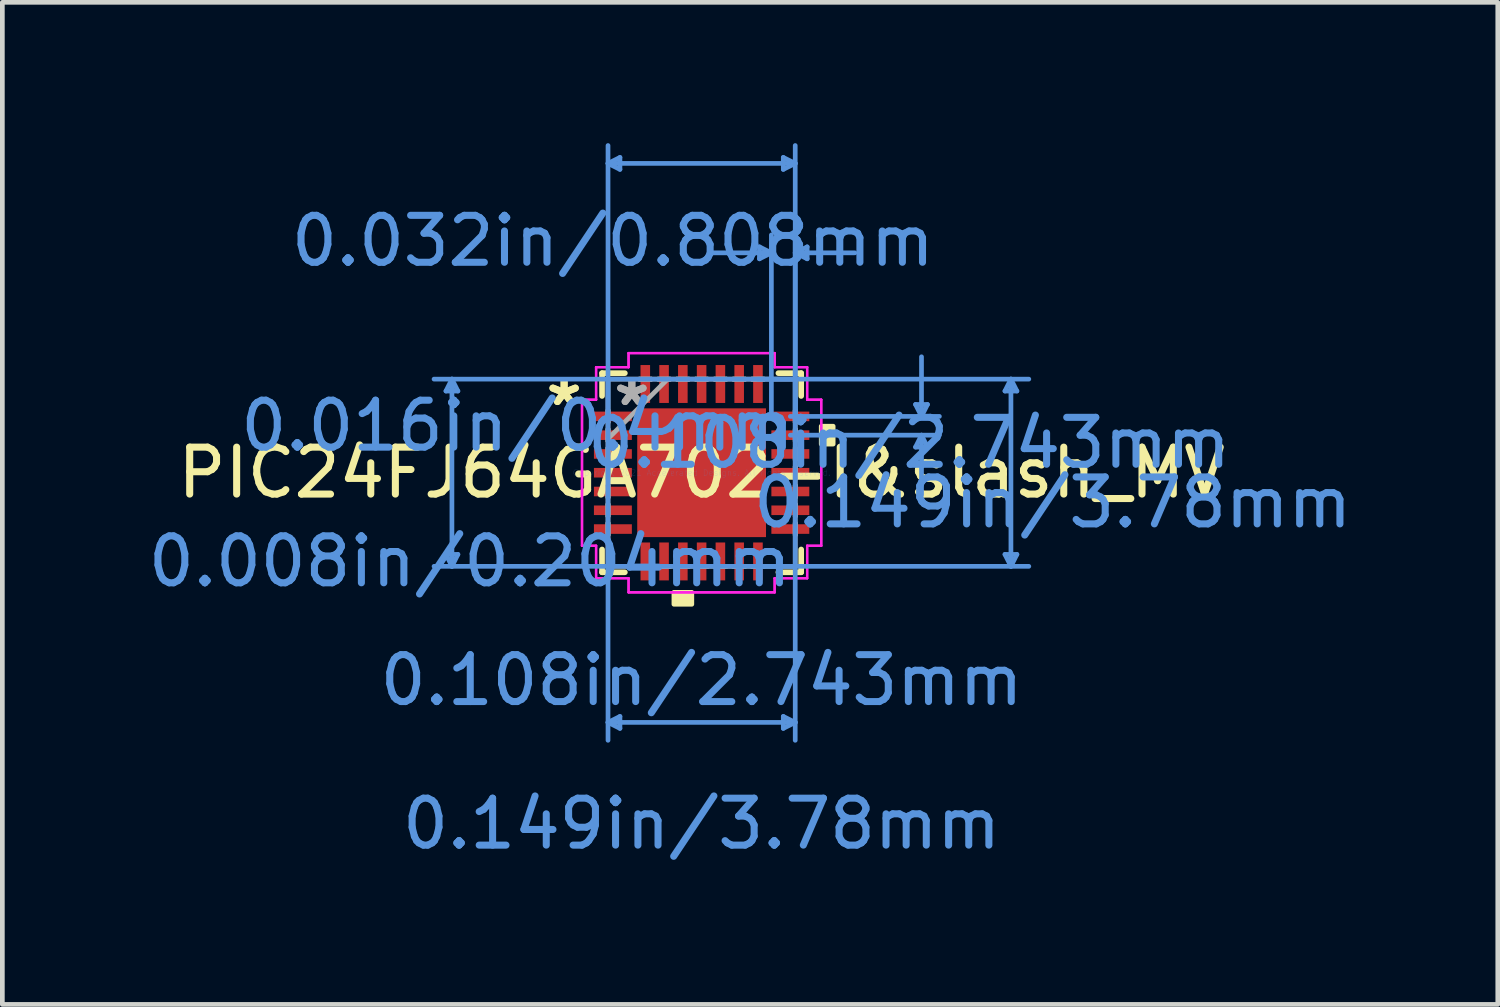
<source format=kicad_pcb>
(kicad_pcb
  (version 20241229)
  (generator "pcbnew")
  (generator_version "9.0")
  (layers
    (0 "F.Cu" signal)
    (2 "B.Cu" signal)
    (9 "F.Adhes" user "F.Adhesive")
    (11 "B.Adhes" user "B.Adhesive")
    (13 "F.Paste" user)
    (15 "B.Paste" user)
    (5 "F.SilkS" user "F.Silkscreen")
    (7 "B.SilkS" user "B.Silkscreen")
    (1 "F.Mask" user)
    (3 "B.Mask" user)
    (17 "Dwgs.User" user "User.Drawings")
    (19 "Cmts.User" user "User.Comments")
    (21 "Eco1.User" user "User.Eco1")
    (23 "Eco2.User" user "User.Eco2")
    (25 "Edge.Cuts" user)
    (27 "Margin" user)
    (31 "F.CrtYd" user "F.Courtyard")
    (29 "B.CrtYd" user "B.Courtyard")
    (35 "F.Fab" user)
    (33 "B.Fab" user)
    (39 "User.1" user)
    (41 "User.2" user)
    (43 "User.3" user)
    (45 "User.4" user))
  (footprint "PIC24FJ64GA702-I&slash_MV"
    (layer "F.Cu")
    (at 11.896 7.02)
    (property "Reference" "PIC24FJ64GA702-I&slash_MV" (at 0 0 0) (layer "F.SilkS") (effects (font (size 1 1) (thickness 0.15))))
    (attr through_hole)
    (fp_line (start -2.121 -2.121) (end -2.121 -1.635) (stroke (width 0.12) (type solid)) (layer "F.SilkS"))
    (fp_line (start -2.121 1.635) (end -2.121 2.121) (stroke (width 0.12) (type solid)) (layer "F.SilkS"))
    (fp_line (start -2.121 2.121) (end -1.635 2.121) (stroke (width 0.12) (type solid)) (layer "F.SilkS"))
    (fp_line (start -1.635 -2.121) (end -2.121 -2.121) (stroke (width 0.12) (type solid)) (layer "F.SilkS"))
    (fp_line (start 1.635 2.121) (end 2.121 2.121) (stroke (width 0.12) (type solid)) (layer "F.SilkS"))
    (fp_line (start 2.121 -2.121) (end 1.635 -2.121) (stroke (width 0.12) (type solid)) (layer "F.SilkS"))
    (fp_line (start 2.121 -1.635) (end 2.121 -2.121) (stroke (width 0.12) (type solid)) (layer "F.SilkS"))
    (fp_line (start 2.121 2.121) (end 2.121 1.635) (stroke (width 0.12) (type solid)) (layer "F.SilkS"))
    (fp_poly (pts (xy -0.59 2.548) (xy -0.59 2.802) (xy -0.209 2.802) (xy -0.209 2.548)) (stroke (width 0.1) (type solid)) (fill yes) (layer "F.SilkS"))
    (fp_poly (pts (xy 2.802 -0.991) (xy 2.802 -0.61) (xy 2.548 -0.61) (xy 2.548 -0.991)) (stroke (width 0.1) (type solid)) (fill yes) (layer "F.SilkS"))
    (fp_poly (pts (xy -1.272 -1.272) (xy -1.272 -0.1) (xy -0.1 -0.1) (xy -0.1 -1.272)) (stroke (width 0.1) (type solid)) (fill yes) (layer "F.Paste"))
    (fp_poly (pts (xy -1.272 0.1) (xy -1.272 1.272) (xy -0.1 1.272) (xy -0.1 0.1)) (stroke (width 0.1) (type solid)) (fill yes) (layer "F.Paste"))
    (fp_poly (pts (xy 0.1 -1.272) (xy 0.1 -0.1) (xy 1.272 -0.1) (xy 1.272 -1.272)) (stroke (width 0.1) (type solid)) (fill yes) (layer "F.Paste"))
    (fp_poly (pts (xy 0.1 0.1) (xy 0.1 1.272) (xy 1.272 1.272) (xy 1.272 0.1)) (stroke (width 0.1) (type solid)) (fill yes) (layer "F.Paste"))
    (fp_line (start -5.446 -1.74) (end -5.192 -1.74) (stroke (width 0.1) (type solid)) (layer "Cmts.User"))
    (fp_line (start -5.446 1.74) (end -5.192 1.74) (stroke (width 0.1) (type solid)) (layer "Cmts.User"))
    (fp_line (start -5.319 -1.994) (end -5.446 -1.74) (stroke (width 0.1) (type solid)) (layer "Cmts.User"))
    (fp_line (start -5.319 -1.994) (end -5.319 1.994) (stroke (width 0.1) (type solid)) (layer "Cmts.User"))
    (fp_line (start -5.319 -1.994) (end -5.192 -1.74) (stroke (width 0.1) (type solid)) (layer "Cmts.User"))
    (fp_line (start -5.319 1.994) (end -5.446 1.74) (stroke (width 0.1) (type solid)) (layer "Cmts.User"))
    (fp_line (start -5.319 1.994) (end -5.192 1.74) (stroke (width 0.1) (type solid)) (layer "Cmts.User"))
    (fp_line (start -1.994 -6.589) (end -1.74 -6.716) (stroke (width 0.1) (type solid)) (layer "Cmts.User"))
    (fp_line (start -1.994 -6.589) (end -1.74 -6.462) (stroke (width 0.1) (type solid)) (layer "Cmts.User"))
    (fp_line (start -1.994 -6.589) (end 1.994 -6.589) (stroke (width 0.1) (type solid)) (layer "Cmts.User"))
    (fp_line (start -1.994 -1.994) (end -1.994 5.7) (stroke (width 0.1) (type solid)) (layer "Cmts.User"))
    (fp_line (start -1.994 -1.2) (end -1.994 -6.97) (stroke (width 0.1) (type solid)) (layer "Cmts.User"))
    (fp_line (start -1.994 5.319) (end -1.74 5.192) (stroke (width 0.1) (type solid)) (layer "Cmts.User"))
    (fp_line (start -1.994 5.319) (end -1.74 5.446) (stroke (width 0.1) (type solid)) (layer "Cmts.User"))
    (fp_line (start -1.994 5.319) (end 1.994 5.319) (stroke (width 0.1) (type solid)) (layer "Cmts.User"))
    (fp_line (start -1.74 -6.716) (end -1.74 -6.462) (stroke (width 0.1) (type solid)) (layer "Cmts.User"))
    (fp_line (start -1.74 5.192) (end -1.74 5.446) (stroke (width 0.1) (type solid)) (layer "Cmts.User"))
    (fp_line (start 1.2 -1.994) (end 6.97 -1.994) (stroke (width 0.1) (type solid)) (layer "Cmts.User"))
    (fp_line (start 1.2 1.994) (end 6.97 1.994) (stroke (width 0.1) (type solid)) (layer "Cmts.User"))
    (fp_line (start 1.232 -4.811) (end 1.232 -4.557) (stroke (width 0.1) (type solid)) (layer "Cmts.User"))
    (fp_line (start 1.486 -4.684) (end 0.216 -4.684) (stroke (width 0.1) (type solid)) (layer "Cmts.User"))
    (fp_line (start 1.486 -4.684) (end 1.232 -4.811) (stroke (width 0.1) (type solid)) (layer "Cmts.User"))
    (fp_line (start 1.486 -4.684) (end 1.232 -4.557) (stroke (width 0.1) (type solid)) (layer "Cmts.User"))
    (fp_line (start 1.486 -1.2) (end 1.486 -5.065) (stroke (width 0.1) (type solid)) (layer "Cmts.User"))
    (fp_line (start 1.74 -6.716) (end 1.74 -6.462) (stroke (width 0.1) (type solid)) (layer "Cmts.User"))
    (fp_line (start 1.74 5.192) (end 1.74 5.446) (stroke (width 0.1) (type solid)) (layer "Cmts.User"))
    (fp_line (start 1.89 -1.2) (end 5.065 -1.2) (stroke (width 0.1) (type solid)) (layer "Cmts.User"))
    (fp_line (start 1.89 -0.8) (end 5.065 -0.8) (stroke (width 0.1) (type solid)) (layer "Cmts.User"))
    (fp_line (start 1.994 -6.589) (end 1.74 -6.716) (stroke (width 0.1) (type solid)) (layer "Cmts.User"))
    (fp_line (start 1.994 -6.589) (end 1.74 -6.462) (stroke (width 0.1) (type solid)) (layer "Cmts.User"))
    (fp_line (start 1.994 -4.684) (end 2.248 -4.811) (stroke (width 0.1) (type solid)) (layer "Cmts.User"))
    (fp_line (start 1.994 -4.684) (end 2.248 -4.557) (stroke (width 0.1) (type solid)) (layer "Cmts.User"))
    (fp_line (start 1.994 -4.684) (end 3.264 -4.684) (stroke (width 0.1) (type solid)) (layer "Cmts.User"))
    (fp_line (start 1.994 -1.994) (end -5.7 -1.994) (stroke (width 0.1) (type solid)) (layer "Cmts.User"))
    (fp_line (start 1.994 -1.994) (end 1.994 5.7) (stroke (width 0.1) (type solid)) (layer "Cmts.User"))
    (fp_line (start 1.994 -1.2) (end 1.994 -6.97) (stroke (width 0.1) (type solid)) (layer "Cmts.User"))
    (fp_line (start 1.994 -1.2) (end 1.994 -5.065) (stroke (width 0.1) (type solid)) (layer "Cmts.User"))
    (fp_line (start 1.994 1.994) (end -5.7 1.994) (stroke (width 0.1) (type solid)) (layer "Cmts.User"))
    (fp_line (start 1.994 5.319) (end 1.74 5.192) (stroke (width 0.1) (type solid)) (layer "Cmts.User"))
    (fp_line (start 1.994 5.319) (end 1.74 5.446) (stroke (width 0.1) (type solid)) (layer "Cmts.User"))
    (fp_line (start 2.248 -4.811) (end 2.248 -4.557) (stroke (width 0.1) (type solid)) (layer "Cmts.User"))
    (fp_line (start 4.557 -1.454) (end 4.811 -1.454) (stroke (width 0.1) (type solid)) (layer "Cmts.User"))
    (fp_line (start 4.557 -0.546) (end 4.811 -0.546) (stroke (width 0.1) (type solid)) (layer "Cmts.User"))
    (fp_line (start 4.684 -1.2) (end 4.557 -1.454) (stroke (width 0.1) (type solid)) (layer "Cmts.User"))
    (fp_line (start 4.684 -1.2) (end 4.684 -2.47) (stroke (width 0.1) (type solid)) (layer "Cmts.User"))
    (fp_line (start 4.684 -1.2) (end 4.811 -1.454) (stroke (width 0.1) (type solid)) (layer "Cmts.User"))
    (fp_line (start 4.684 -0.8) (end 4.557 -0.546) (stroke (width 0.1) (type solid)) (layer "Cmts.User"))
    (fp_line (start 4.684 -0.8) (end 4.684 0.47) (stroke (width 0.1) (type solid)) (layer "Cmts.User"))
    (fp_line (start 4.684 -0.8) (end 4.811 -0.546) (stroke (width 0.1) (type solid)) (layer "Cmts.User"))
    (fp_line (start 6.462 -1.74) (end 6.716 -1.74) (stroke (width 0.1) (type solid)) (layer "Cmts.User"))
    (fp_line (start 6.462 1.74) (end 6.716 1.74) (stroke (width 0.1) (type solid)) (layer "Cmts.User"))
    (fp_line (start 6.589 -1.994) (end 6.462 -1.74) (stroke (width 0.1) (type solid)) (layer "Cmts.User"))
    (fp_line (start 6.589 -1.994) (end 6.589 1.994) (stroke (width 0.1) (type solid)) (layer "Cmts.User"))
    (fp_line (start 6.589 -1.994) (end 6.716 -1.74) (stroke (width 0.1) (type solid)) (layer "Cmts.User"))
    (fp_line (start 6.589 1.994) (end 6.462 1.74) (stroke (width 0.1) (type solid)) (layer "Cmts.User"))
    (fp_line (start 6.589 1.994) (end 6.716 1.74) (stroke (width 0.1) (type solid)) (layer "Cmts.User"))
    (fp_line (start -2.548 -1.556) (end -2.248 -1.556) (stroke (width 0.05) (type solid)) (layer "F.CrtYd"))
    (fp_line (start -2.548 -1.556) (end -2.248 -1.556) (stroke (width 0.05) (type solid)) (layer "F.CrtYd"))
    (fp_line (start -2.548 1.556) (end -2.548 -1.556) (stroke (width 0.05) (type solid)) (layer "F.CrtYd"))
    (fp_line (start -2.548 1.556) (end -2.548 -1.556) (stroke (width 0.05) (type solid)) (layer "F.CrtYd"))
    (fp_line (start -2.248 -2.248) (end -1.556 -2.248) (stroke (width 0.05) (type solid)) (layer "F.CrtYd"))
    (fp_line (start -2.248 -2.248) (end -1.556 -2.248) (stroke (width 0.05) (type solid)) (layer "F.CrtYd"))
    (fp_line (start -2.248 -1.556) (end -2.248 -2.248) (stroke (width 0.05) (type solid)) (layer "F.CrtYd"))
    (fp_line (start -2.248 -1.556) (end -2.248 -2.248) (stroke (width 0.05) (type solid)) (layer "F.CrtYd"))
    (fp_line (start -2.248 1.556) (end -2.548 1.556) (stroke (width 0.05) (type solid)) (layer "F.CrtYd"))
    (fp_line (start -2.248 1.556) (end -2.548 1.556) (stroke (width 0.05) (type solid)) (layer "F.CrtYd"))
    (fp_line (start -2.248 2.248) (end -2.248 1.556) (stroke (width 0.05) (type solid)) (layer "F.CrtYd"))
    (fp_line (start -2.248 2.248) (end -2.248 1.556) (stroke (width 0.05) (type solid)) (layer "F.CrtYd"))
    (fp_line (start -1.556 -2.548) (end 1.556 -2.548) (stroke (width 0.05) (type solid)) (layer "F.CrtYd"))
    (fp_line (start -1.556 -2.548) (end 1.556 -2.548) (stroke (width 0.05) (type solid)) (layer "F.CrtYd"))
    (fp_line (start -1.556 -2.248) (end -1.556 -2.548) (stroke (width 0.05) (type solid)) (layer "F.CrtYd"))
    (fp_line (start -1.556 -2.248) (end -1.556 -2.548) (stroke (width 0.05) (type solid)) (layer "F.CrtYd"))
    (fp_line (start -1.556 2.248) (end -2.248 2.248) (stroke (width 0.05) (type solid)) (layer "F.CrtYd"))
    (fp_line (start -1.556 2.248) (end -2.248 2.248) (stroke (width 0.05) (type solid)) (layer "F.CrtYd"))
    (fp_line (start -1.556 2.548) (end -1.556 2.248) (stroke (width 0.05) (type solid)) (layer "F.CrtYd"))
    (fp_line (start -1.556 2.548) (end -1.556 2.248) (stroke (width 0.05) (type solid)) (layer "F.CrtYd"))
    (fp_line (start 1.556 -2.548) (end 1.556 -2.248) (stroke (width 0.05) (type solid)) (layer "F.CrtYd"))
    (fp_line (start 1.556 -2.548) (end 1.556 -2.248) (stroke (width 0.05) (type solid)) (layer "F.CrtYd"))
    (fp_line (start 1.556 -2.248) (end 2.248 -2.248) (stroke (width 0.05) (type solid)) (layer "F.CrtYd"))
    (fp_line (start 1.556 -2.248) (end 2.248 -2.248) (stroke (width 0.05) (type solid)) (layer "F.CrtYd"))
    (fp_line (start 1.556 2.248) (end 1.556 2.548) (stroke (width 0.05) (type solid)) (layer "F.CrtYd"))
    (fp_line (start 1.556 2.248) (end 1.556 2.548) (stroke (width 0.05) (type solid)) (layer "F.CrtYd"))
    (fp_line (start 1.556 2.548) (end -1.556 2.548) (stroke (width 0.05) (type solid)) (layer "F.CrtYd"))
    (fp_line (start 1.556 2.548) (end -1.556 2.548) (stroke (width 0.05) (type solid)) (layer "F.CrtYd"))
    (fp_line (start 2.248 -2.248) (end 2.248 -1.556) (stroke (width 0.05) (type solid)) (layer "F.CrtYd"))
    (fp_line (start 2.248 -2.248) (end 2.248 -1.556) (stroke (width 0.05) (type solid)) (layer "F.CrtYd"))
    (fp_line (start 2.248 -1.556) (end 2.548 -1.556) (stroke (width 0.05) (type solid)) (layer "F.CrtYd"))
    (fp_line (start 2.248 -1.556) (end 2.548 -1.556) (stroke (width 0.05) (type solid)) (layer "F.CrtYd"))
    (fp_line (start 2.248 1.556) (end 2.248 2.248) (stroke (width 0.05) (type solid)) (layer "F.CrtYd"))
    (fp_line (start 2.248 1.556) (end 2.248 2.248) (stroke (width 0.05) (type solid)) (layer "F.CrtYd"))
    (fp_line (start 2.248 2.248) (end 1.556 2.248) (stroke (width 0.05) (type solid)) (layer "F.CrtYd"))
    (fp_line (start 2.248 2.248) (end 1.556 2.248) (stroke (width 0.05) (type solid)) (layer "F.CrtYd"))
    (fp_line (start 2.548 -1.556) (end 2.548 1.556) (stroke (width 0.05) (type solid)) (layer "F.CrtYd"))
    (fp_line (start 2.548 -1.556) (end 2.548 1.556) (stroke (width 0.05) (type solid)) (layer "F.CrtYd"))
    (fp_line (start 2.548 1.556) (end 2.248 1.556) (stroke (width 0.05) (type solid)) (layer "F.CrtYd"))
    (fp_line (start 2.548 1.556) (end 2.248 1.556) (stroke (width 0.05) (type solid)) (layer "F.CrtYd"))
    (fp_line (start -1.994 -1.994) (end -1.994 -1.994) (stroke (width 0.1) (type solid)) (layer "F.Fab"))
    (fp_line (start -1.994 -1.994) (end -1.994 1.994) (stroke (width 0.1) (type solid)) (layer "F.Fab"))
    (fp_line (start -1.994 -1.327) (end -1.994 -1.327) (stroke (width 0.1) (type solid)) (layer "F.Fab"))
    (fp_line (start -1.994 -1.327) (end -1.994 -1.073) (stroke (width 0.1) (type solid)) (layer "F.Fab"))
    (fp_line (start -1.994 -1.073) (end -1.994 -1.327) (stroke (width 0.1) (type solid)) (layer "F.Fab"))
    (fp_line (start -1.994 -1.073) (end -1.994 -1.073) (stroke (width 0.1) (type solid)) (layer "F.Fab"))
    (fp_line (start -1.994 -0.927) (end -1.994 -0.927) (stroke (width 0.1) (type solid)) (layer "F.Fab"))
    (fp_line (start -1.994 -0.927) (end -1.994 -0.673) (stroke (width 0.1) (type solid)) (layer "F.Fab"))
    (fp_line (start -1.994 -0.724) (end -0.724 -1.994) (stroke (width 0.1) (type solid)) (layer "F.Fab"))
    (fp_line (start -1.994 -0.673) (end -1.994 -0.927) (stroke (width 0.1) (type solid)) (layer "F.Fab"))
    (fp_line (start -1.994 -0.673) (end -1.994 -0.673) (stroke (width 0.1) (type solid)) (layer "F.Fab"))
    (fp_line (start -1.994 -0.527) (end -1.994 -0.527) (stroke (width 0.1) (type solid)) (layer "F.Fab"))
    (fp_line (start -1.994 -0.527) (end -1.994 -0.273) (stroke (width 0.1) (type solid)) (layer "F.Fab"))
    (fp_line (start -1.994 -0.273) (end -1.994 -0.527) (stroke (width 0.1) (type solid)) (layer "F.Fab"))
    (fp_line (start -1.994 -0.273) (end -1.994 -0.273) (stroke (width 0.1) (type solid)) (layer "F.Fab"))
    (fp_line (start -1.994 -0.127) (end -1.994 -0.127) (stroke (width 0.1) (type solid)) (layer "F.Fab"))
    (fp_line (start -1.994 -0.127) (end -1.994 0.127) (stroke (width 0.1) (type solid)) (layer "F.Fab"))
    (fp_line (start -1.994 0.127) (end -1.994 -0.127) (stroke (width 0.1) (type solid)) (layer "F.Fab"))
    (fp_line (start -1.994 0.127) (end -1.994 0.127) (stroke (width 0.1) (type solid)) (layer "F.Fab"))
    (fp_line (start -1.994 0.273) (end -1.994 0.273) (stroke (width 0.1) (type solid)) (layer "F.Fab"))
    (fp_line (start -1.994 0.273) (end -1.994 0.527) (stroke (width 0.1) (type solid)) (layer "F.Fab"))
    (fp_line (start -1.994 0.527) (end -1.994 0.273) (stroke (width 0.1) (type solid)) (layer "F.Fab"))
    (fp_line (start -1.994 0.527) (end -1.994 0.527) (stroke (width 0.1) (type solid)) (layer "F.Fab"))
    (fp_line (start -1.994 0.673) (end -1.994 0.673) (stroke (width 0.1) (type solid)) (layer "F.Fab"))
    (fp_line (start -1.994 0.673) (end -1.994 0.927) (stroke (width 0.1) (type solid)) (layer "F.Fab"))
    (fp_line (start -1.994 0.927) (end -1.994 0.673) (stroke (width 0.1) (type solid)) (layer "F.Fab"))
    (fp_line (start -1.994 0.927) (end -1.994 0.927) (stroke (width 0.1) (type solid)) (layer "F.Fab"))
    (fp_line (start -1.994 1.073) (end -1.994 1.073) (stroke (width 0.1) (type solid)) (layer "F.Fab"))
    (fp_line (start -1.994 1.073) (end -1.994 1.327) (stroke (width 0.1) (type solid)) (layer "F.Fab"))
    (fp_line (start -1.994 1.327) (end -1.994 1.073) (stroke (width 0.1) (type solid)) (layer "F.Fab"))
    (fp_line (start -1.994 1.327) (end -1.994 1.327) (stroke (width 0.1) (type solid)) (layer "F.Fab"))
    (fp_line (start -1.994 1.994) (end -1.994 1.994) (stroke (width 0.1) (type solid)) (layer "F.Fab"))
    (fp_line (start -1.994 1.994) (end 1.994 1.994) (stroke (width 0.1) (type solid)) (layer "F.Fab"))
    (fp_line (start -1.327 -1.994) (end -1.327 -1.994) (stroke (width 0.1) (type solid)) (layer "F.Fab"))
    (fp_line (start -1.327 -1.994) (end -1.073 -1.994) (stroke (width 0.1) (type solid)) (layer "F.Fab"))
    (fp_line (start -1.327 1.994) (end -1.327 1.994) (stroke (width 0.1) (type solid)) (layer "F.Fab"))
    (fp_line (start -1.327 1.994) (end -1.073 1.994) (stroke (width 0.1) (type solid)) (layer "F.Fab"))
    (fp_line (start -1.073 -1.994) (end -1.327 -1.994) (stroke (width 0.1) (type solid)) (layer "F.Fab"))
    (fp_line (start -1.073 -1.994) (end -1.073 -1.994) (stroke (width 0.1) (type solid)) (layer "F.Fab"))
    (fp_line (start -1.073 1.994) (end -1.327 1.994) (stroke (width 0.1) (type solid)) (layer "F.Fab"))
    (fp_line (start -1.073 1.994) (end -1.073 1.994) (stroke (width 0.1) (type solid)) (layer "F.Fab"))
    (fp_line (start -0.927 -1.994) (end -0.927 -1.994) (stroke (width 0.1) (type solid)) (layer "F.Fab"))
    (fp_line (start -0.927 -1.994) (end -0.673 -1.994) (stroke (width 0.1) (type solid)) (layer "F.Fab"))
    (fp_line (start -0.927 1.994) (end -0.927 1.994) (stroke (width 0.1) (type solid)) (layer "F.Fab"))
    (fp_line (start -0.927 1.994) (end -0.673 1.994) (stroke (width 0.1) (type solid)) (layer "F.Fab"))
    (fp_line (start -0.673 -1.994) (end -0.927 -1.994) (stroke (width 0.1) (type solid)) (layer "F.Fab"))
    (fp_line (start -0.673 -1.994) (end -0.673 -1.994) (stroke (width 0.1) (type solid)) (layer "F.Fab"))
    (fp_line (start -0.673 1.994) (end -0.927 1.994) (stroke (width 0.1) (type solid)) (layer "F.Fab"))
    (fp_line (start -0.673 1.994) (end -0.673 1.994) (stroke (width 0.1) (type solid)) (layer "F.Fab"))
    (fp_line (start -0.527 -1.994) (end -0.527 -1.994) (stroke (width 0.1) (type solid)) (layer "F.Fab"))
    (fp_line (start -0.527 -1.994) (end -0.273 -1.994) (stroke (width 0.1) (type solid)) (layer "F.Fab"))
    (fp_line (start -0.527 1.994) (end -0.527 1.994) (stroke (width 0.1) (type solid)) (layer "F.Fab"))
    (fp_line (start -0.527 1.994) (end -0.273 1.994) (stroke (width 0.1) (type solid)) (layer "F.Fab"))
    (fp_line (start -0.273 -1.994) (end -0.527 -1.994) (stroke (width 0.1) (type solid)) (layer "F.Fab"))
    (fp_line (start -0.273 -1.994) (end -0.273 -1.994) (stroke (width 0.1) (type solid)) (layer "F.Fab"))
    (fp_line (start -0.273 1.994) (end -0.527 1.994) (stroke (width 0.1) (type solid)) (layer "F.Fab"))
    (fp_line (start -0.273 1.994) (end -0.273 1.994) (stroke (width 0.1) (type solid)) (layer "F.Fab"))
    (fp_line (start -0.127 -1.994) (end -0.127 -1.994) (stroke (width 0.1) (type solid)) (layer "F.Fab"))
    (fp_line (start -0.127 -1.994) (end 0.127 -1.994) (stroke (width 0.1) (type solid)) (layer "F.Fab"))
    (fp_line (start -0.127 1.994) (end -0.127 1.994) (stroke (width 0.1) (type solid)) (layer "F.Fab"))
    (fp_line (start -0.127 1.994) (end 0.127 1.994) (stroke (width 0.1) (type solid)) (layer "F.Fab"))
    (fp_line (start 0.127 -1.994) (end -0.127 -1.994) (stroke (width 0.1) (type solid)) (layer "F.Fab"))
    (fp_line (start 0.127 -1.994) (end 0.127 -1.994) (stroke (width 0.1) (type solid)) (layer "F.Fab"))
    (fp_line (start 0.127 1.994) (end -0.127 1.994) (stroke (width 0.1) (type solid)) (layer "F.Fab"))
    (fp_line (start 0.127 1.994) (end 0.127 1.994) (stroke (width 0.1) (type solid)) (layer "F.Fab"))
    (fp_line (start 0.273 -1.994) (end 0.273 -1.994) (stroke (width 0.1) (type solid)) (layer "F.Fab"))
    (fp_line (start 0.273 -1.994) (end 0.527 -1.994) (stroke (width 0.1) (type solid)) (layer "F.Fab"))
    (fp_line (start 0.273 1.994) (end 0.273 1.994) (stroke (width 0.1) (type solid)) (layer "F.Fab"))
    (fp_line (start 0.273 1.994) (end 0.527 1.994) (stroke (width 0.1) (type solid)) (layer "F.Fab"))
    (fp_line (start 0.527 -1.994) (end 0.273 -1.994) (stroke (width 0.1) (type solid)) (layer "F.Fab"))
    (fp_line (start 0.527 -1.994) (end 0.527 -1.994) (stroke (width 0.1) (type solid)) (layer "F.Fab"))
    (fp_line (start 0.527 1.994) (end 0.273 1.994) (stroke (width 0.1) (type solid)) (layer "F.Fab"))
    (fp_line (start 0.527 1.994) (end 0.527 1.994) (stroke (width 0.1) (type solid)) (layer "F.Fab"))
    (fp_line (start 0.673 -1.994) (end 0.673 -1.994) (stroke (width 0.1) (type solid)) (layer "F.Fab"))
    (fp_line (start 0.673 -1.994) (end 0.927 -1.994) (stroke (width 0.1) (type solid)) (layer "F.Fab"))
    (fp_line (start 0.673 1.994) (end 0.673 1.994) (stroke (width 0.1) (type solid)) (layer "F.Fab"))
    (fp_line (start 0.673 1.994) (end 0.927 1.994) (stroke (width 0.1) (type solid)) (layer "F.Fab"))
    (fp_line (start 0.927 -1.994) (end 0.673 -1.994) (stroke (width 0.1) (type solid)) (layer "F.Fab"))
    (fp_line (start 0.927 -1.994) (end 0.927 -1.994) (stroke (width 0.1) (type solid)) (layer "F.Fab"))
    (fp_line (start 0.927 1.994) (end 0.673 1.994) (stroke (width 0.1) (type solid)) (layer "F.Fab"))
    (fp_line (start 0.927 1.994) (end 0.927 1.994) (stroke (width 0.1) (type solid)) (layer "F.Fab"))
    (fp_line (start 1.073 -1.994) (end 1.073 -1.994) (stroke (width 0.1) (type solid)) (layer "F.Fab"))
    (fp_line (start 1.073 -1.994) (end 1.327 -1.994) (stroke (width 0.1) (type solid)) (layer "F.Fab"))
    (fp_line (start 1.073 1.994) (end 1.073 1.994) (stroke (width 0.1) (type solid)) (layer "F.Fab"))
    (fp_line (start 1.073 1.994) (end 1.327 1.994) (stroke (width 0.1) (type solid)) (layer "F.Fab"))
    (fp_line (start 1.327 -1.994) (end 1.073 -1.994) (stroke (width 0.1) (type solid)) (layer "F.Fab"))
    (fp_line (start 1.327 -1.994) (end 1.327 -1.994) (stroke (width 0.1) (type solid)) (layer "F.Fab"))
    (fp_line (start 1.327 1.994) (end 1.073 1.994) (stroke (width 0.1) (type solid)) (layer "F.Fab"))
    (fp_line (start 1.327 1.994) (end 1.327 1.994) (stroke (width 0.1) (type solid)) (layer "F.Fab"))
    (fp_line (start 1.994 -1.994) (end -1.994 -1.994) (stroke (width 0.1) (type solid)) (layer "F.Fab"))
    (fp_line (start 1.994 -1.994) (end 1.994 -1.994) (stroke (width 0.1) (type solid)) (layer "F.Fab"))
    (fp_line (start 1.994 -1.327) (end 1.994 -1.327) (stroke (width 0.1) (type solid)) (layer "F.Fab"))
    (fp_line (start 1.994 -1.327) (end 1.994 -1.073) (stroke (width 0.1) (type solid)) (layer "F.Fab"))
    (fp_line (start 1.994 -1.073) (end 1.994 -1.327) (stroke (width 0.1) (type solid)) (layer "F.Fab"))
    (fp_line (start 1.994 -1.073) (end 1.994 -1.073) (stroke (width 0.1) (type solid)) (layer "F.Fab"))
    (fp_line (start 1.994 -0.927) (end 1.994 -0.927) (stroke (width 0.1) (type solid)) (layer "F.Fab"))
    (fp_line (start 1.994 -0.927) (end 1.994 -0.673) (stroke (width 0.1) (type solid)) (layer "F.Fab"))
    (fp_line (start 1.994 -0.673) (end 1.994 -0.927) (stroke (width 0.1) (type solid)) (layer "F.Fab"))
    (fp_line (start 1.994 -0.673) (end 1.994 -0.673) (stroke (width 0.1) (type solid)) (layer "F.Fab"))
    (fp_line (start 1.994 -0.527) (end 1.994 -0.527) (stroke (width 0.1) (type solid)) (layer "F.Fab"))
    (fp_line (start 1.994 -0.527) (end 1.994 -0.273) (stroke (width 0.1) (type solid)) (layer "F.Fab"))
    (fp_line (start 1.994 -0.273) (end 1.994 -0.527) (stroke (width 0.1) (type solid)) (layer "F.Fab"))
    (fp_line (start 1.994 -0.273) (end 1.994 -0.273) (stroke (width 0.1) (type solid)) (layer "F.Fab"))
    (fp_line (start 1.994 -0.127) (end 1.994 -0.127) (stroke (width 0.1) (type solid)) (layer "F.Fab"))
    (fp_line (start 1.994 -0.127) (end 1.994 0.127) (stroke (width 0.1) (type solid)) (layer "F.Fab"))
    (fp_line (start 1.994 0.127) (end 1.994 -0.127) (stroke (width 0.1) (type solid)) (layer "F.Fab"))
    (fp_line (start 1.994 0.127) (end 1.994 0.127) (stroke (width 0.1) (type solid)) (layer "F.Fab"))
    (fp_line (start 1.994 0.273) (end 1.994 0.273) (stroke (width 0.1) (type solid)) (layer "F.Fab"))
    (fp_line (start 1.994 0.273) (end 1.994 0.527) (stroke (width 0.1) (type solid)) (layer "F.Fab"))
    (fp_line (start 1.994 0.527) (end 1.994 0.273) (stroke (width 0.1) (type solid)) (layer "F.Fab"))
    (fp_line (start 1.994 0.527) (end 1.994 0.527) (stroke (width 0.1) (type solid)) (layer "F.Fab"))
    (fp_line (start 1.994 0.673) (end 1.994 0.673) (stroke (width 0.1) (type solid)) (layer "F.Fab"))
    (fp_line (start 1.994 0.673) (end 1.994 0.927) (stroke (width 0.1) (type solid)) (layer "F.Fab"))
    (fp_line (start 1.994 0.927) (end 1.994 0.673) (stroke (width 0.1) (type solid)) (layer "F.Fab"))
    (fp_line (start 1.994 0.927) (end 1.994 0.927) (stroke (width 0.1) (type solid)) (layer "F.Fab"))
    (fp_line (start 1.994 1.073) (end 1.994 1.073) (stroke (width 0.1) (type solid)) (layer "F.Fab"))
    (fp_line (start 1.994 1.073) (end 1.994 1.327) (stroke (width 0.1) (type solid)) (layer "F.Fab"))
    (fp_line (start 1.994 1.327) (end 1.994 1.073) (stroke (width 0.1) (type solid)) (layer "F.Fab"))
    (fp_line (start 1.994 1.327) (end 1.994 1.327) (stroke (width 0.1) (type solid)) (layer "F.Fab"))
    (fp_line (start 1.994 1.994) (end 1.994 -1.994) (stroke (width 0.1) (type solid)) (layer "F.Fab"))
    (fp_line (start 1.994 1.994) (end 1.994 1.994) (stroke (width 0.1) (type solid)) (layer "F.Fab"))
    (fp_text user "*" (at -2.929 -1.4 0) (layer "F.SilkS") (effects (font (size 1 1) (thickness 0.15))))
    (fp_text user "*" (at -2.929 -1.4 0) (layer "F.SilkS") (effects (font (size 1 1) (thickness 0.15))))
    (fp_text user "0.108in/2.743mm" (at 0 4.42 0) (layer "Cmts.User") (effects (font (size 1 1) (thickness 0.15))))
    (fp_text user "0.008in/0.204mm" (at -4.938 1.89 0) (layer "Cmts.User") (effects (font (size 1 1) (thickness 0.15))))
    (fp_text user "0.108in/2.743mm" (at 4.42 -0.635 0) (layer "Cmts.User") (effects (font (size 1 1) (thickness 0.15))))
    (fp_text user "0.149in/3.78mm" (at 7.478 0.635 0) (layer "Cmts.User") (effects (font (size 1 1) (thickness 0.15))))
    (fp_text user "Copyright 2021 Accelerated Designs. All rights reserved." (at 0 0 0) (layer "Cmts.User") (effects (font (size 0.127 0.127) (thickness 0.002))))
    (fp_text user "0.032in/0.808mm" (at -1.89 -4.938 0) (layer "Cmts.User") (effects (font (size 1 1) (thickness 0.15))))
    (fp_text user "0.016in/0.4mm" (at -3.922 -1 0) (layer "Cmts.User") (effects (font (size 1 1) (thickness 0.15))))
    (fp_text user "0.149in/3.78mm" (at 0 7.478 0) (layer "Cmts.User") (effects (font (size 1 1) (thickness 0.15))))
    (fp_text user "*" (at -1.486 -1.4 0) (layer "F.Fab") (effects (font (size 1 1) (thickness 0.15))))
    (fp_text user "*" (at -1.486 -1.4 0) (layer "F.Fab") (effects (font (size 1 1) (thickness 0.15))))
    (pad "1" smd rect (at -1.89 -1.2 90) (size 0.204 0.808) (layers "F.Cu" "F.Mask" "F.Paste"))
    (pad "2" smd rect (at -1.89 -0.8 90) (size 0.204 0.808) (layers "F.Cu" "F.Mask" "F.Paste"))
    (pad "3" smd rect (at -1.89 -0.4 90) (size 0.204 0.808) (layers "F.Cu" "F.Mask" "F.Paste"))
    (pad "4" smd rect (at -1.89 0 90) (size 0.204 0.808) (layers "F.Cu" "F.Mask" "F.Paste"))
    (pad "5" smd rect (at -1.89 0.4 90) (size 0.204 0.808) (layers "F.Cu" "F.Mask" "F.Paste"))
    (pad "6" smd rect (at -1.89 0.8 90) (size 0.204 0.808) (layers "F.Cu" "F.Mask" "F.Paste"))
    (pad "7" smd rect (at -1.89 1.2 90) (size 0.204 0.808) (layers "F.Cu" "F.Mask" "F.Paste"))
    (pad "8" smd rect (at -1.2 1.89) (size 0.204 0.808) (layers "F.Cu" "F.Mask" "F.Paste"))
    (pad "9" smd rect (at -0.8 1.89) (size 0.204 0.808) (layers "F.Cu" "F.Mask" "F.Paste"))
    (pad "10" smd rect (at -0.4 1.89) (size 0.204 0.808) (layers "F.Cu" "F.Mask" "F.Paste"))
    (pad "11" smd rect (at 0 1.89) (size 0.204 0.808) (layers "F.Cu" "F.Mask" "F.Paste"))
    (pad "12" smd rect (at 0.4 1.89) (size 0.204 0.808) (layers "F.Cu" "F.Mask" "F.Paste"))
    (pad "13" smd rect (at 0.8 1.89) (size 0.204 0.808) (layers "F.Cu" "F.Mask" "F.Paste"))
    (pad "14" smd rect (at 1.2 1.89) (size 0.204 0.808) (layers "F.Cu" "F.Mask" "F.Paste"))
    (pad "15" smd rect (at 1.89 1.2 90) (size 0.204 0.808) (layers "F.Cu" "F.Mask" "F.Paste"))
    (pad "16" smd rect (at 1.89 0.8 90) (size 0.204 0.808) (layers "F.Cu" "F.Mask" "F.Paste"))
    (pad "17" smd rect (at 1.89 0.4 90) (size 0.204 0.808) (layers "F.Cu" "F.Mask" "F.Paste"))
    (pad "18" smd rect (at 1.89 0 90) (size 0.204 0.808) (layers "F.Cu" "F.Mask" "F.Paste"))
    (pad "19" smd rect (at 1.89 -0.4 90) (size 0.204 0.808) (layers "F.Cu" "F.Mask" "F.Paste"))
    (pad "20" smd rect (at 1.89 -0.8 90) (size 0.204 0.808) (layers "F.Cu" "F.Mask" "F.Paste"))
    (pad "21" smd rect (at 1.89 -1.2 90) (size 0.204 0.808) (layers "F.Cu" "F.Mask" "F.Paste"))
    (pad "22" smd rect (at 1.2 -1.89) (size 0.204 0.808) (layers "F.Cu" "F.Mask" "F.Paste"))
    (pad "23" smd rect (at 0.8 -1.89) (size 0.204 0.808) (layers "F.Cu" "F.Mask" "F.Paste"))
    (pad "24" smd rect (at 0.4 -1.89) (size 0.204 0.808) (layers "F.Cu" "F.Mask" "F.Paste"))
    (pad "25" smd rect (at 0 -1.89) (size 0.204 0.808) (layers "F.Cu" "F.Mask" "F.Paste"))
    (pad "26" smd rect (at -0.4 -1.89) (size 0.204 0.808) (layers "F.Cu" "F.Mask" "F.Paste"))
    (pad "27" smd rect (at -0.8 -1.89) (size 0.204 0.808) (layers "F.Cu" "F.Mask" "F.Paste"))
    (pad "28" smd rect (at -1.2 -1.89) (size 0.204 0.808) (layers "F.Cu" "F.Mask" "F.Paste"))
    (pad "29" smd rect (at 0 0) (size 2.743 2.743) (layers "F.Cu" "F.Mask")))
  (gr_rect
    (start -3 -3)
    (end 28.856 18.346)
    (stroke (width 0.1) (type default))
    (fill no)
    (layer "Edge.Cuts")))
</source>
